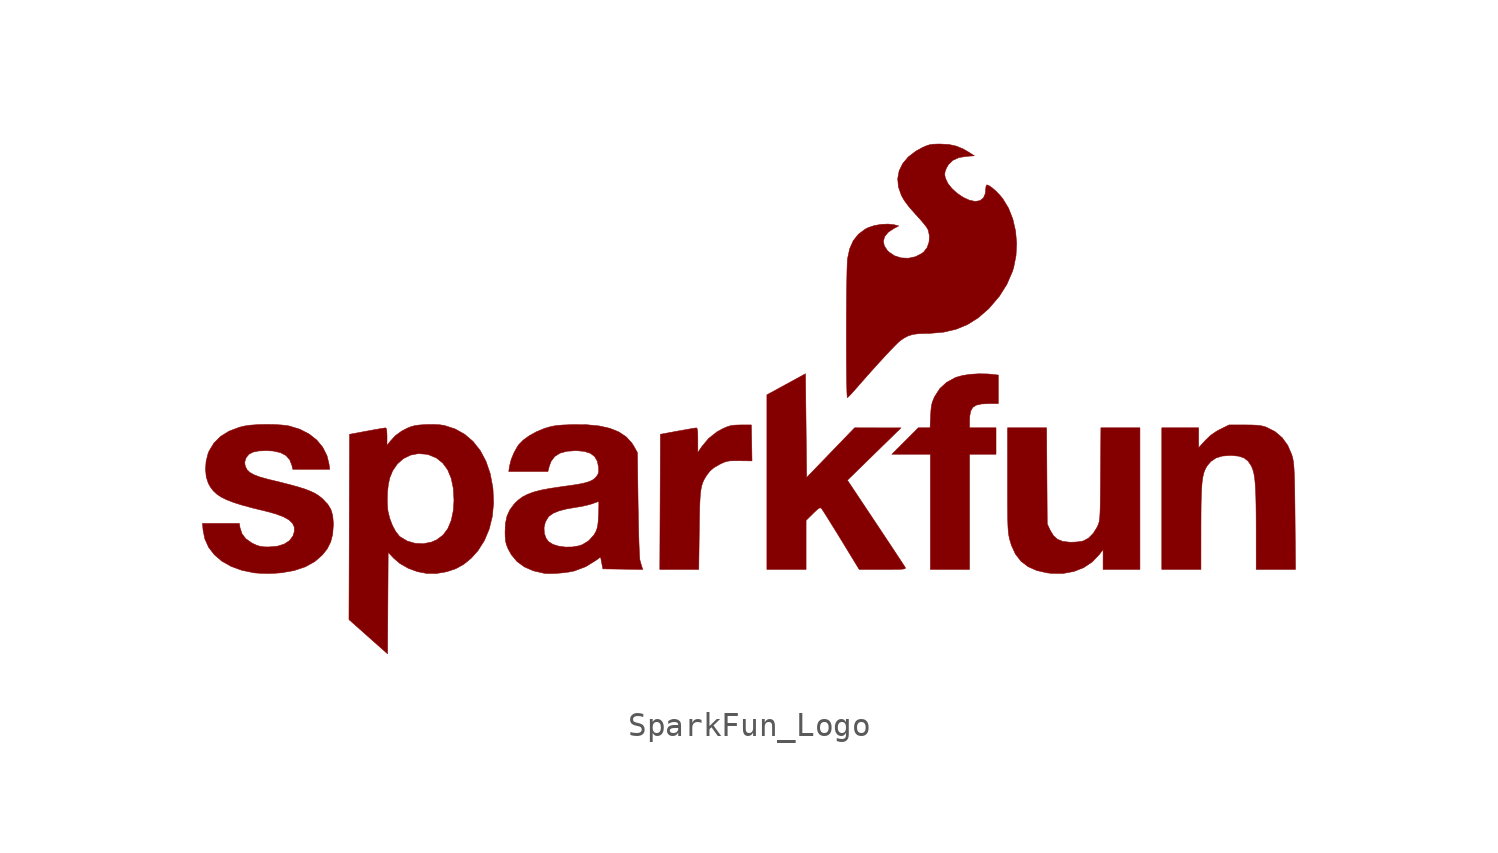
<source format=kicad_sym>
(kicad_symbol_lib
  (version 20231120)
  (generator "kicad_symbol_editor")
  (generator_version "8.0")
  (symbol "SparkFun_Logo"
    (pin_names
      (offset 1.016))
    (property "Reference" "G"
      (at 0 6.35 0)
      (effects (font (size 1.27 1.27)) (hide yes)))
    (symbol "SparkFun_Logo_0_0"
      (polyline (pts (xy 9.991 -0.565) (xy 9.991 1.886) (xy 10.555 1.886) (xy 11.119 1.886) (xy 11.119 2.45) (xy 11.119 3.014) (xy 10.555 3.014) (xy 9.991 3.014) (xy 9.991 3.301) (xy 9.999 3.509) (xy 10.041 3.731) (xy 10.13 3.884) (xy 10.277 3.98) (xy 10.496 4.03) (xy 10.798 4.044) (xy 11.217 4.044) (xy 11.217 4.653) (xy 11.217 5.262) (xy 10.89 5.297) (xy 10.745 5.309) (xy 10.388 5.315) (xy 10.03 5.293) (xy 9.703 5.244) (xy 9.44 5.172) (xy 9.371 5.145) (xy 9.014 4.949) (xy 8.729 4.689) (xy 8.516 4.362) (xy 8.462 4.248) (xy 8.405 4.102) (xy 8.37 3.955) (xy 8.348 3.773) (xy 8.334 3.526) (xy 8.311 3.014) (xy 8.06 3.014) (xy 7.808 3.014) (xy 7.245 2.45) (xy 6.683 1.886) (xy 7.504 1.886) (xy 8.324 1.886) (xy 8.324 -0.565) (xy 8.324 -3.017) (xy 9.158 -3.017) (xy 9.991 -3.017) (xy 9.991 -0.565)) (stroke (width 0.01) (type default)) (fill (type outline)))
      (polyline (pts (xy 3.029 -1.974) (xy 3.029 -0.93) (xy 3.323 -0.639) (xy 3.374 -0.589) (xy 3.503 -0.468) (xy 3.587 -0.406) (xy 3.642 -0.393) (xy 3.683 -0.42) (xy 3.692 -0.431) (xy 3.749 -0.515) (xy 3.848 -0.669) (xy 3.981 -0.881) (xy 4.142 -1.14) (xy 4.325 -1.435) (xy 4.521 -1.754) (xy 5.292 -3.017) (xy 6.295 -3.017) (xy 6.42 -3.017) (xy 6.726 -3.016) (xy 6.951 -3.013) (xy 7.105 -3.007) (xy 7.2 -2.997) (xy 7.248 -2.982) (xy 7.262 -2.96) (xy 7.252 -2.931) (xy 7.231 -2.898) (xy 7.16 -2.788) (xy 7.044 -2.611) (xy 6.889 -2.376) (xy 6.702 -2.092) (xy 6.487 -1.768) (xy 6.25 -1.411) (xy 5.997 -1.031) (xy 4.79 0.783) (xy 5.932 1.898) (xy 7.074 3.013) (xy 6.085 3.013) (xy 5.097 3.014) (xy 4.075 1.955) (xy 3.053 0.896) (xy 3.029 3.106) (xy 3.004 5.317) (xy 2.183 4.868) (xy 1.361 4.419) (xy 1.361 0.701) (xy 1.361 -3.017) (xy 2.195 -3.017) (xy 3.029 -3.017) (xy 3.029 -1.974)) (stroke (width 0.01) (type default)) (fill (type outline)))
      (polyline (pts (xy -1.52 -1.362) (xy -1.518 -1.235) (xy -1.511 -0.768) (xy -1.502 -0.384) (xy -1.49 -0.073) (xy -1.473 0.177) (xy -1.449 0.377) (xy -1.417 0.54) (xy -1.375 0.675) (xy -1.321 0.795) (xy -1.254 0.912) (xy -1.172 1.036) (xy -1.055 1.182) (xy -0.895 1.317) (xy -0.674 1.445) (xy -0.593 1.487) (xy -0.46 1.548) (xy -0.343 1.586) (xy -0.215 1.606) (xy -0.045 1.612) (xy 0.193 1.611) (xy 0.726 1.605) (xy 0.713 2.371) (xy 0.699 3.137) (xy 0.258 3.136) (xy 0.179 3.135) (xy -0.028 3.127) (xy -0.186 3.104) (xy -0.334 3.058) (xy -0.508 2.982) (xy -0.762 2.844) (xy -1.121 2.562) (xy -1.416 2.207) (xy -1.581 1.961) (xy -1.581 2.488) (xy -1.584 2.727) (xy -1.594 2.894) (xy -1.613 2.984) (xy -1.642 3.011) (xy -1.665 3.008) (xy -1.773 2.991) (xy -1.951 2.961) (xy -2.179 2.921) (xy -2.439 2.874) (xy -3.174 2.74) (xy -3.187 -0.138) (xy -3.2 -3.017) (xy -2.37 -3.017) (xy -1.541 -3.017) (xy -1.52 -1.362)) (stroke (width 0.01) (type default)) (fill (type outline)))
      (polyline (pts (xy 13.992 -3.186) (xy 14.446 -3.102) (xy 14.856 -2.939) (xy 15.214 -2.7) (xy 15.513 -2.387) (xy 15.68 -2.169) (xy 15.68 -2.593) (xy 15.68 -3.017) (xy 16.464 -3.017) (xy 17.249 -3.017) (xy 17.249 -0.001) (xy 17.249 3.014) (xy 16.418 3.014) (xy 15.586 3.014) (xy 15.572 1.04) (xy 15.569 0.644) (xy 15.565 0.222) (xy 15.561 -0.12) (xy 15.556 -0.391) (xy 15.549 -0.603) (xy 15.54 -0.765) (xy 15.529 -0.887) (xy 15.514 -0.979) (xy 15.495 -1.052) (xy 15.472 -1.115) (xy 15.444 -1.178) (xy 15.427 -1.215) (xy 15.262 -1.479) (xy 15.064 -1.68) (xy 14.849 -1.8) (xy 14.726 -1.828) (xy 14.535 -1.85) (xy 14.331 -1.859) (xy 14.257 -1.858) (xy 13.964 -1.824) (xy 13.74 -1.735) (xy 13.568 -1.583) (xy 13.432 -1.359) (xy 13.301 -1.08) (xy 13.287 0.967) (xy 13.273 3.014) (xy 12.441 3.014) (xy 11.61 3.014) (xy 11.61 0.816) (xy 11.61 0.443) (xy 11.61 -0.022) (xy 11.612 -0.407) (xy 11.615 -0.72) (xy 11.62 -0.972) (xy 11.627 -1.174) (xy 11.637 -1.335) (xy 11.649 -1.465) (xy 11.665 -1.574) (xy 11.685 -1.673) (xy 11.709 -1.771) (xy 11.774 -1.989) (xy 11.947 -2.365) (xy 12.182 -2.667) (xy 12.483 -2.899) (xy 12.852 -3.063) (xy 13.296 -3.164) (xy 13.504 -3.188) (xy 13.992 -3.186)) (stroke (width 0.01) (type default)) (fill (type outline)))
      (polyline (pts (xy 19.848 -1.24) (xy 19.85 -0.701) (xy 19.854 -0.244) (xy 19.863 0.134) (xy 19.877 0.444) (xy 19.897 0.696) (xy 19.925 0.898) (xy 19.961 1.062) (xy 20.006 1.196) (xy 20.062 1.311) (xy 20.129 1.417) (xy 20.27 1.581) (xy 20.485 1.728) (xy 20.755 1.811) (xy 21.093 1.837) (xy 21.172 1.835) (xy 21.466 1.805) (xy 21.689 1.727) (xy 21.858 1.593) (xy 21.99 1.396) (xy 22.007 1.36) (xy 22.055 1.242) (xy 22.095 1.101) (xy 22.127 0.93) (xy 22.151 0.718) (xy 22.17 0.455) (xy 22.184 0.133) (xy 22.193 -0.259) (xy 22.198 -0.73) (xy 22.2 -1.289) (xy 22.201 -3.017) (xy 23.039 -3.017) (xy 23.876 -3.017) (xy 23.855 -0.798) (xy 23.852 -0.481) (xy 23.846 0.011) (xy 23.84 0.419) (xy 23.833 0.754) (xy 23.824 1.024) (xy 23.814 1.24) (xy 23.802 1.411) (xy 23.788 1.546) (xy 23.771 1.654) (xy 23.75 1.746) (xy 23.716 1.866) (xy 23.546 2.264) (xy 23.306 2.595) (xy 22.999 2.855) (xy 22.63 3.042) (xy 22.537 3.072) (xy 22.398 3.104) (xy 22.228 3.124) (xy 22.006 3.134) (xy 21.708 3.137) (xy 21.044 3.137) (xy 20.669 2.952) (xy 20.498 2.86) (xy 20.25 2.688) (xy 20.022 2.465) (xy 19.749 2.164) (xy 19.749 2.589) (xy 19.749 3.014) (xy 18.965 3.014) (xy 18.18 3.014) (xy 18.18 -0.001) (xy 18.18 -3.017) (xy 19.014 -3.017) (xy 19.847 -3.017) (xy 19.848 -1.24)) (stroke (width 0.01) (type default)) (fill (type outline)))
      (polyline (pts (xy -14.783 -4.45) (xy -14.77 -2.287) (xy -14.542 -2.531) (xy -14.269 -2.766) (xy -13.913 -2.97) (xy -13.518 -3.115) (xy -13.109 -3.191) (xy -12.712 -3.19) (xy -12.272 -3.114) (xy -11.886 -2.985) (xy -11.546 -2.796) (xy -11.228 -2.535) (xy -10.95 -2.225) (xy -10.672 -1.788) (xy -10.466 -1.296) (xy -10.334 -0.759) (xy -10.28 -0.186) (xy -10.306 0.412) (xy -10.316 0.493) (xy -10.427 1.072) (xy -10.605 1.589) (xy -10.846 2.042) (xy -11.146 2.424) (xy -11.504 2.733) (xy -11.914 2.964) (xy -12.376 3.114) (xy -12.568 3.142) (xy -12.847 3.156) (xy -13.162 3.152) (xy -13.183 3.151) (xy -13.44 3.134) (xy -13.633 3.107) (xy -13.795 3.064) (xy -13.956 2.999) (xy -14.187 2.879) (xy -14.459 2.683) (xy -14.685 2.437) (xy -14.82 2.261) (xy -14.82 2.638) (xy -14.82 2.681) (xy -14.828 2.873) (xy -14.848 2.98) (xy -14.882 3.012) (xy -14.904 3.009) (xy -15.013 2.992) (xy -15.19 2.962) (xy -15.418 2.922) (xy -15.678 2.874) (xy -16.414 2.739) (xy -16.423 -0.079) (xy -14.81 -0.079) (xy -14.799 0.271) (xy -14.762 0.606) (xy -14.701 0.883) (xy -14.578 1.185) (xy -14.375 1.48) (xy -14.118 1.704) (xy -13.818 1.851) (xy -13.485 1.915) (xy -13.13 1.887) (xy -13.041 1.865) (xy -12.715 1.729) (xy -12.446 1.515) (xy -12.235 1.225) (xy -12.084 0.862) (xy -11.994 0.427) (xy -11.967 -0.075) (xy -11.993 -0.496) (xy -12.081 -0.925) (xy -12.228 -1.279) (xy -12.436 -1.557) (xy -12.704 -1.758) (xy -12.929 -1.855) (xy -13.274 -1.922) (xy -13.624 -1.906) (xy -13.957 -1.809) (xy -14.254 -1.632) (xy -14.308 -1.583) (xy -14.457 -1.389) (xy -14.592 -1.134) (xy -14.703 -0.843) (xy -14.776 -0.544) (xy -14.794 -0.407) (xy -14.81 -0.079) (xy -16.423 -0.079) (xy -16.426 -1.208) (xy -16.439 -5.154) (xy -15.617 -5.884) (xy -14.796 -6.613) (xy -14.783 -4.45)) (stroke (width 0.01) (type default)) (fill (type outline)))
      (polyline (pts (xy -19.64 -3.184) (xy -19.317 -3.16) (xy -18.771 -3.064) (xy -18.296 -2.905) (xy -17.895 -2.682) (xy -17.567 -2.396) (xy -17.367 -2.142) (xy -17.219 -1.851) (xy -17.134 -1.521) (xy -17.105 -1.129) (xy -17.105 -1.037) (xy -17.132 -0.723) (xy -17.207 -0.468) (xy -17.342 -0.244) (xy -17.548 -0.026) (xy -17.618 0.036) (xy -17.75 0.138) (xy -17.9 0.229) (xy -18.078 0.314) (xy -18.296 0.398) (xy -18.565 0.484) (xy -18.896 0.577) (xy -19.301 0.681) (xy -19.79 0.799) (xy -19.927 0.833) (xy -20.252 0.925) (xy -20.495 1.018) (xy -20.668 1.118) (xy -20.782 1.232) (xy -20.849 1.365) (xy -20.862 1.406) (xy -20.879 1.551) (xy -20.835 1.702) (xy -20.808 1.758) (xy -20.696 1.891) (xy -20.526 1.979) (xy -20.287 2.028) (xy -19.966 2.043) (xy -19.663 2.026) (xy -19.353 1.956) (xy -19.12 1.832) (xy -18.96 1.65) (xy -18.868 1.408) (xy -18.833 1.249) (xy -18.046 1.249) (xy -17.259 1.249) (xy -17.29 1.475) (xy -17.376 1.827) (xy -17.555 2.183) (xy -17.812 2.494) (xy -18.142 2.754) (xy -18.536 2.955) (xy -18.988 3.092) (xy -19.035 3.101) (xy -19.3 3.134) (xy -19.624 3.153) (xy -19.976 3.158) (xy -20.325 3.149) (xy -20.641 3.127) (xy -20.892 3.09) (xy -21.104 3.038) (xy -21.543 2.874) (xy -21.905 2.65) (xy -22.191 2.365) (xy -22.399 2.021) (xy -22.445 1.904) (xy -22.525 1.581) (xy -22.549 1.244) (xy -22.518 0.924) (xy -22.43 0.651) (xy -22.338 0.488) (xy -22.218 0.33) (xy -22.068 0.19) (xy -21.879 0.063) (xy -21.641 -0.055) (xy -21.344 -0.169) (xy -20.979 -0.283) (xy -20.537 -0.402) (xy -20.007 -0.531) (xy -19.981 -0.537) (xy -19.563 -0.651) (xy -19.238 -0.772) (xy -19.001 -0.903) (xy -18.846 -1.049) (xy -18.769 -1.213) (xy -18.764 -1.398) (xy -18.825 -1.595) (xy -18.974 -1.792) (xy -19.198 -1.938) (xy -19.491 -2.029) (xy -19.846 -2.06) (xy -20.042 -2.057) (xy -20.211 -2.037) (xy -20.361 -1.992) (xy -20.533 -1.914) (xy -20.582 -1.888) (xy -20.832 -1.712) (xy -20.996 -1.5) (xy -21.079 -1.243) (xy -21.109 -1.056) (xy -21.894 -1.056) (xy -22.679 -1.056) (xy -22.653 -1.347) (xy -22.58 -1.714) (xy -22.417 -2.075) (xy -22.172 -2.394) (xy -21.851 -2.667) (xy -21.459 -2.889) (xy -21.001 -3.055) (xy -20.484 -3.161) (xy -20.406 -3.169) (xy -20.171 -3.184) (xy -19.901 -3.19) (xy -19.64 -3.184)) (stroke (width 0.01) (type default)) (fill (type outline)))
      (polyline (pts (xy -7.603 -3.185) (xy -7.328 -3.162) (xy -7.068 -3.128) (xy -6.859 -3.086) (xy -6.829 -3.078) (xy -6.354 -2.899) (xy -5.92 -2.632) (xy -5.724 -2.485) (xy -5.675 -2.739) (xy -5.626 -2.993) (xy -4.777 -3.006) (xy -3.927 -3.019) (xy -3.963 -2.908) (xy -3.964 -2.904) (xy -4.003 -2.775) (xy -4.046 -2.625) (xy -4.054 -2.573) (xy -4.065 -2.425) (xy -4.076 -2.197) (xy -4.087 -1.901) (xy -4.098 -1.547) (xy -4.108 -1.146) (xy -4.117 -0.709) (xy -4.125 -0.247) (xy -4.155 1.96) (xy -4.3 2.221) (xy -4.396 2.373) (xy -4.635 2.632) (xy -4.943 2.837) (xy -5.322 2.991) (xy -5.776 3.093) (xy -6.31 3.145) (xy -6.926 3.149) (xy -7.073 3.144) (xy -7.352 3.132) (xy -7.568 3.114) (xy -7.746 3.087) (xy -7.91 3.049) (xy -8.086 2.996) (xy -8.129 2.982) (xy -8.456 2.846) (xy -8.761 2.677) (xy -9.018 2.491) (xy -9.203 2.302) (xy -9.262 2.22) (xy -9.413 1.95) (xy -9.532 1.656) (xy -9.6 1.384) (xy -9.634 1.151) (xy -8.8 1.151) (xy -7.967 1.151) (xy -7.912 1.367) (xy -7.828 1.593) (xy -7.673 1.795) (xy -7.452 1.935) (xy -7.16 2.015) (xy -6.789 2.041) (xy -6.751 2.041) (xy -6.415 2.01) (xy -6.159 1.929) (xy -5.977 1.792) (xy -5.862 1.596) (xy -5.809 1.335) (xy -5.804 1.271) (xy -5.806 1.128) (xy -5.841 1.024) (xy -5.919 0.916) (xy -5.975 0.857) (xy -6.074 0.785) (xy -6.205 0.725) (xy -6.382 0.671) (xy -6.618 0.621) (xy -6.925 0.57) (xy -7.318 0.516) (xy -7.369 0.509) (xy -7.846 0.439) (xy -8.24 0.365) (xy -8.562 0.282) (xy -8.826 0.186) (xy -9.045 0.073) (xy -9.23 -0.063) (xy -9.396 -0.226) (xy -9.409 -0.241) (xy -9.59 -0.485) (xy -9.709 -0.748) (xy -9.773 -1.052) (xy -9.782 -1.233) (xy -8.131 -1.233) (xy -8.073 -0.992) (xy -7.946 -0.783) (xy -7.903 -0.739) (xy -7.73 -0.62) (xy -7.487 -0.521) (xy -7.165 -0.439) (xy -6.754 -0.369) (xy -6.692 -0.36) (xy -6.455 -0.317) (xy -6.233 -0.266) (xy -6.067 -0.216) (xy -5.971 -0.18) (xy -5.856 -0.14) (xy -5.804 -0.124) (xy -5.799 -0.161) (xy -5.797 -0.278) (xy -5.8 -0.456) (xy -5.808 -0.676) (xy -5.809 -0.702) (xy -5.824 -0.968) (xy -5.847 -1.161) (xy -5.882 -1.305) (xy -5.932 -1.423) (xy -6.009 -1.553) (xy -6.229 -1.797) (xy -6.503 -1.964) (xy -6.649 -2.013) (xy -6.928 -2.061) (xy -7.223 -2.065) (xy -7.507 -2.027) (xy -7.753 -1.951) (xy -7.933 -1.838) (xy -8.04 -1.701) (xy -8.12 -1.478) (xy -8.131 -1.233) (xy -9.782 -1.233) (xy -9.791 -1.423) (xy -9.786 -1.636) (xy -9.768 -1.821) (xy -9.729 -1.976) (xy -9.664 -2.137) (xy -9.526 -2.387) (xy -9.279 -2.683) (xy -8.967 -2.911) (xy -8.585 -3.077) (xy -8.127 -3.182) (xy -8.07 -3.189) (xy -7.862 -3.195) (xy -7.603 -3.185)) (stroke (width 0.01) (type default)) (fill (type outline)))
      (polyline (pts (xy 4.792 4.298) (xy 4.844 4.345) (xy 4.946 4.451) (xy 5.081 4.601) (xy 5.238 4.779) (xy 5.281 4.829) (xy 5.558 5.146) (xy 5.837 5.459) (xy 6.109 5.76) (xy 6.364 6.038) (xy 6.593 6.283) (xy 6.786 6.484) (xy 6.934 6.631) (xy 7.027 6.715) (xy 7.183 6.825) (xy 7.375 6.928) (xy 7.58 6.992) (xy 7.827 7.024) (xy 8.142 7.034) (xy 8.293 7.036) (xy 8.887 7.088) (xy 9.422 7.213) (xy 9.909 7.415) (xy 10.358 7.696) (xy 10.78 8.063) (xy 10.848 8.132) (xy 11.261 8.617) (xy 11.583 9.127) (xy 11.818 9.671) (xy 11.871 9.839) (xy 11.971 10.347) (xy 11.998 10.872) (xy 11.952 11.396) (xy 11.837 11.899) (xy 11.655 12.364) (xy 11.408 12.772) (xy 11.406 12.774) (xy 11.269 12.938) (xy 11.114 13.097) (xy 10.959 13.232) (xy 10.826 13.325) (xy 10.734 13.361) (xy 10.721 13.356) (xy 10.69 13.285) (xy 10.678 13.143) (xy 10.662 12.988) (xy 10.582 12.805) (xy 10.44 12.692) (xy 10.243 12.656) (xy 10.229 12.657) (xy 9.985 12.708) (xy 9.723 12.829) (xy 9.468 13) (xy 9.241 13.206) (xy 9.066 13.428) (xy 8.963 13.648) (xy 8.935 13.791) (xy 8.947 13.915) (xy 9.004 14.069) (xy 9.093 14.225) (xy 9.277 14.405) (xy 9.527 14.521) (xy 9.85 14.575) (xy 10.199 14.6) (xy 9.94 14.764) (xy 9.721 14.89) (xy 9.423 15.014) (xy 9.109 15.081) (xy 8.741 15.101) (xy 8.653 15.101) (xy 8.45 15.093) (xy 8.295 15.071) (xy 8.151 15.025) (xy 7.981 14.949) (xy 7.71 14.801) (xy 7.384 14.552) (xy 7.145 14.268) (xy 6.993 13.957) (xy 6.932 13.623) (xy 6.963 13.272) (xy 7.09 12.91) (xy 7.211 12.698) (xy 7.41 12.428) (xy 7.684 12.119) (xy 7.694 12.108) (xy 7.867 11.918) (xy 8.02 11.74) (xy 8.138 11.592) (xy 8.203 11.494) (xy 8.235 11.423) (xy 8.285 11.18) (xy 8.267 10.926) (xy 8.186 10.692) (xy 8.047 10.51) (xy 7.962 10.442) (xy 7.688 10.301) (xy 7.388 10.237) (xy 7.085 10.25) (xy 6.798 10.34) (xy 6.55 10.508) (xy 6.49 10.569) (xy 6.359 10.77) (xy 6.323 10.971) (xy 6.382 11.166) (xy 6.532 11.347) (xy 6.774 11.508) (xy 6.976 11.612) (xy 6.804 11.657) (xy 6.78 11.663) (xy 6.523 11.692) (xy 6.226 11.678) (xy 5.93 11.626) (xy 5.676 11.541) (xy 5.547 11.474) (xy 5.258 11.259) (xy 5.038 10.981) (xy 4.885 10.635) (xy 4.795 10.217) (xy 4.789 10.154) (xy 4.781 9.981) (xy 4.773 9.726) (xy 4.766 9.401) (xy 4.759 9.014) (xy 4.754 8.578) (xy 4.75 8.101) (xy 4.747 7.594) (xy 4.746 7.068) (xy 4.746 6.928) (xy 4.747 6.354) (xy 4.749 5.839) (xy 4.753 5.388) (xy 4.758 5.008) (xy 4.764 4.702) (xy 4.772 4.479) (xy 4.78 4.342) (xy 4.79 4.297) (xy 4.792 4.298)) (stroke (width 0.01) (type default)) (fill (type outline))))))
</source>
